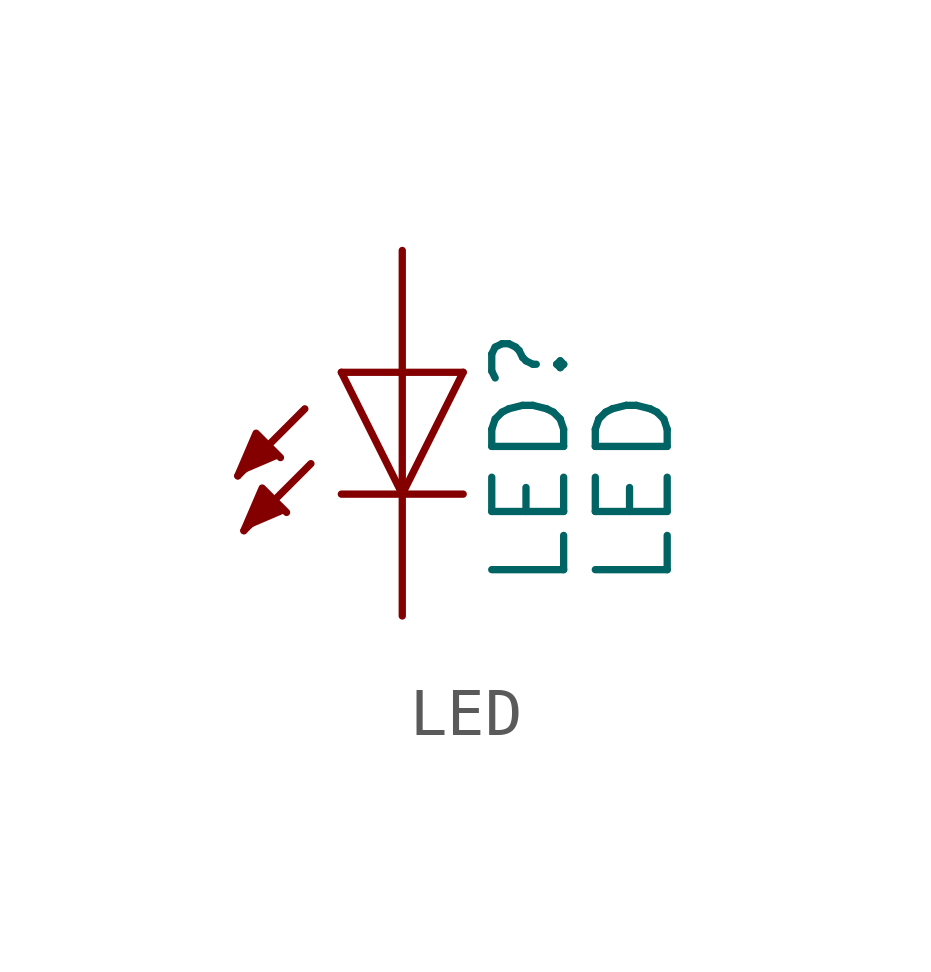
<source format=kicad_sym>
(kicad_symbol_lib
  (version 20211014)
  (generator kicad_symbol_editor)
  (symbol "LED"
    (pin_names
      (offset 1.016))
    (property "Reference" "LED"
      (at 3.556 -4.572 90)
      (effects (font (size 1.499 1.499)) (justify left bottom)))
    (property "Value" "LED"
      (at 5.715 -4.572 90)
      (effects (font (size 1.499 1.499)) (justify left bottom)))
    (property "ki_locked" ""
      (at 0 0 0)
      (effects (font (size 1.27 1.27))))
    (symbol "LED_1_0"
      (polyline (pts (xy -2.032 -0.762) (xy -3.429 -2.159)) (stroke (width 0) (type default) (color 0 0 0 0)) (fill (type none)))
      (polyline (pts (xy -1.905 -1.905) (xy -3.302 -3.302)) (stroke (width 0) (type default) (color 0 0 0 0)) (fill (type none)))
      (polyline (pts (xy 0 -2.54) (xy -1.27 -2.54)) (stroke (width 0) (type default) (color 0 0 0 0)) (fill (type none)))
      (polyline (pts (xy 0 -2.54) (xy -1.27 0)) (stroke (width 0) (type default) (color 0 0 0 0)) (fill (type none)))
      (polyline (pts (xy 0 0) (xy -1.27 0)) (stroke (width 0) (type default) (color 0 0 0 0)) (fill (type none)))
      (polyline (pts (xy 0 0) (xy 0 -2.54)) (stroke (width 0) (type default) (color 0 0 0 0)) (fill (type none)))
      (polyline (pts (xy 1.27 -2.54) (xy 0 -2.54)) (stroke (width 0) (type default) (color 0 0 0 0)) (fill (type none)))
      (polyline (pts (xy 1.27 0) (xy 0 -2.54)) (stroke (width 0) (type default) (color 0 0 0 0)) (fill (type none)))
      (polyline (pts (xy 1.27 0) (xy 0 0)) (stroke (width 0) (type default) (color 0 0 0 0)) (fill (type none)))
      (polyline (pts (xy -3.429 -2.159) (xy -3.048 -1.27) (xy -2.54 -1.778)) (stroke (width 0) (type default) (color 0 0 0 0)) (fill (type outline)))
      (polyline (pts (xy -3.302 -3.302) (xy -2.921 -2.413) (xy -2.413 -2.921)) (stroke (width 0) (type default) (color 0 0 0 0)) (fill (type outline)))
      (pin passive line (at 0 2.54 270) (length 2.54) (name "A" (effects (font (size 0 0)))) (number "A@1" (effects (font (size 0 0)))))
      (pin passive line (at 0 -5.08 90) (length 2.54) (name "C" (effects (font (size 0 0)))) (number "C@1" (effects (font (size 0 0))))))))
</source>
